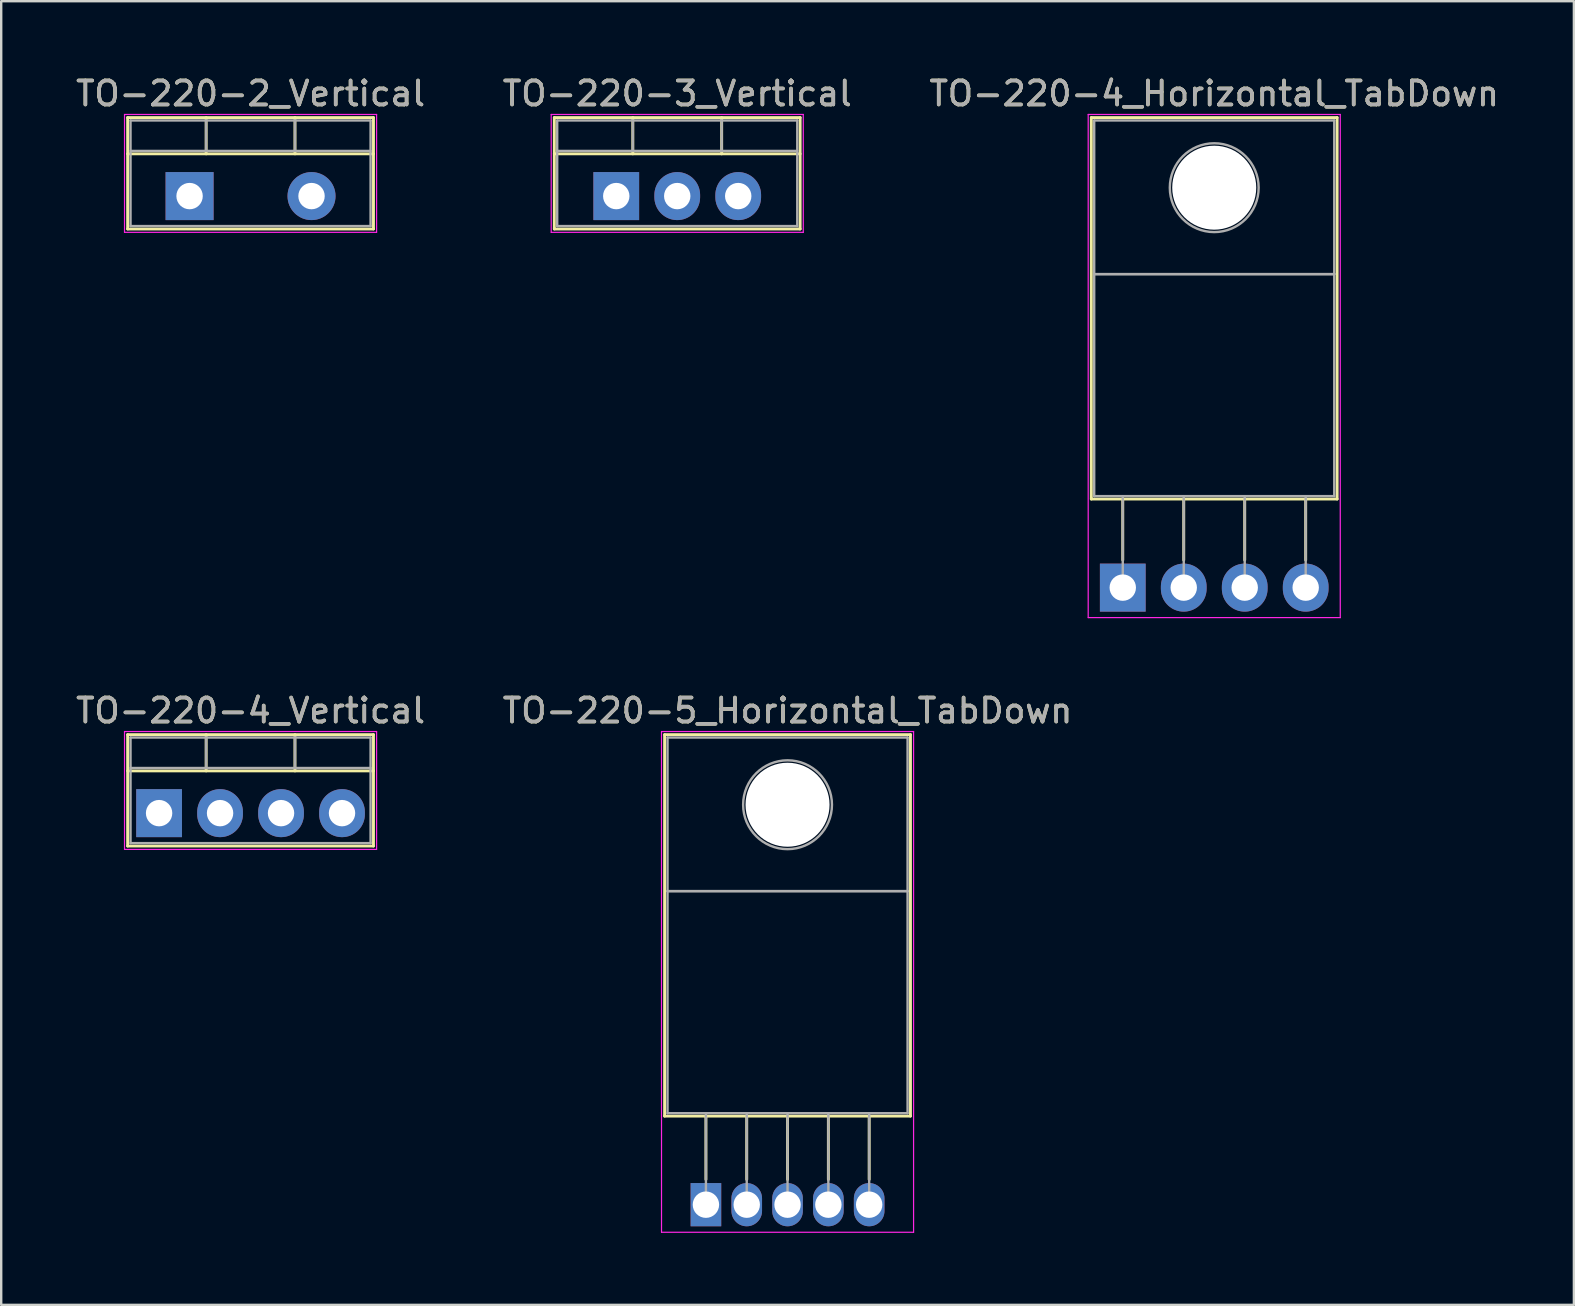
<source format=kicad_pcb>
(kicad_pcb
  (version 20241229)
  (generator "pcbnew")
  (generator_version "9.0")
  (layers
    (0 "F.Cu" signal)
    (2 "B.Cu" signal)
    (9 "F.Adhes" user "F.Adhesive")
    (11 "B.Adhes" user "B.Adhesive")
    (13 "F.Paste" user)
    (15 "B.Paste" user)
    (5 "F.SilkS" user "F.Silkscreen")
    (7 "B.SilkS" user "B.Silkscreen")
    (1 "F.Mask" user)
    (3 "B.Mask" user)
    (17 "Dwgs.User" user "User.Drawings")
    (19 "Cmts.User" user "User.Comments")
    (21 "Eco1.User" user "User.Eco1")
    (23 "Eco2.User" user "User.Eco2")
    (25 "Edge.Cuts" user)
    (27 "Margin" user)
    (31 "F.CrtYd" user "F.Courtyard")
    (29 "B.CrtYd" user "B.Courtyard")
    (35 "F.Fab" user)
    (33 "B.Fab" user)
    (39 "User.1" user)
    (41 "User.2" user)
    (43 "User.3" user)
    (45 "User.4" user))
  (footprint "TO-220-3_Vertical"
    (layer "F.Cu")
    (at 22.621 5.118)
    (property "Reference" "TO-220-3_Vertical" (at 2.54 -4.27 0) (layer "F.SilkS") (effects (font (size 1 1) (thickness 0.15))))
    (attr through_hole)
    (fp_line (start -2.58 -3.27) (end -2.58 1.371) (stroke (width 0.12) (type solid)) (layer "F.SilkS"))
    (fp_line (start -2.58 -3.27) (end 7.66 -3.27) (stroke (width 0.12) (type solid)) (layer "F.SilkS"))
    (fp_line (start -2.58 -1.76) (end 7.66 -1.76) (stroke (width 0.12) (type solid)) (layer "F.SilkS"))
    (fp_line (start -2.58 1.371) (end 7.66 1.371) (stroke (width 0.12) (type solid)) (layer "F.SilkS"))
    (fp_line (start 0.69 -3.27) (end 0.69 -1.76) (stroke (width 0.12) (type solid)) (layer "F.SilkS"))
    (fp_line (start 4.391 -3.27) (end 4.391 -1.76) (stroke (width 0.12) (type solid)) (layer "F.SilkS"))
    (fp_line (start 7.66 -3.27) (end 7.66 1.371) (stroke (width 0.12) (type solid)) (layer "F.SilkS"))
    (fp_line (start -2.71 -3.4) (end -2.71 1.51) (stroke (width 0.05) (type solid)) (layer "F.CrtYd"))
    (fp_line (start -2.71 1.51) (end 7.79 1.51) (stroke (width 0.05) (type solid)) (layer "F.CrtYd"))
    (fp_line (start 7.79 -3.4) (end -2.71 -3.4) (stroke (width 0.05) (type solid)) (layer "F.CrtYd"))
    (fp_line (start 7.79 1.51) (end 7.79 -3.4) (stroke (width 0.05) (type solid)) (layer "F.CrtYd"))
    (fp_line (start -2.46 -3.15) (end -2.46 1.25) (stroke (width 0.1) (type solid)) (layer "F.Fab"))
    (fp_line (start -2.46 -1.88) (end 7.54 -1.88) (stroke (width 0.1) (type solid)) (layer "F.Fab"))
    (fp_line (start -2.46 1.25) (end 7.54 1.25) (stroke (width 0.1) (type solid)) (layer "F.Fab"))
    (fp_line (start 0.69 -3.15) (end 0.69 -1.88) (stroke (width 0.1) (type solid)) (layer "F.Fab"))
    (fp_line (start 4.39 -3.15) (end 4.39 -1.88) (stroke (width 0.1) (type solid)) (layer "F.Fab"))
    (fp_line (start 7.54 -3.15) (end -2.46 -3.15) (stroke (width 0.1) (type solid)) (layer "F.Fab"))
    (fp_line (start 7.54 1.25) (end 7.54 -3.15) (stroke (width 0.1) (type solid)) (layer "F.Fab"))
    (fp_text user "${REFERENCE}" (at 2.54 -4.27 0) (layer "F.Fab") (effects (font (size 1 1) (thickness 0.15))))
    (pad "1" thru_hole rect (at 0 0) (size 1.905 2) (drill 1.1) (layers "*.Cu" "*.Mask"))
    (pad "2" thru_hole oval (at 2.54 0) (size 1.905 2) (drill 1.1) (layers "*.Cu" "*.Mask"))
    (pad "3" thru_hole oval (at 5.08 0) (size 1.905 2) (drill 1.1) (layers "*.Cu" "*.Mask")))
  (footprint "TO-220-5_Horizontal_TabDown"
    (layer "F.Cu")
    (at 26.356 47.132)
    (property "Reference" "TO-220-5_Horizontal_TabDown" (at 3.4 -20.58 0) (layer "F.SilkS") (effects (font (size 1 1) (thickness 0.15))))
    (attr through_hole)
    (fp_line (start -1.721 -19.58) (end -1.721 -3.69) (stroke (width 0.12) (type solid)) (layer "F.SilkS"))
    (fp_line (start -1.721 -19.58) (end 8.52 -19.58) (stroke (width 0.12) (type solid)) (layer "F.SilkS"))
    (fp_line (start -1.721 -3.69) (end 8.52 -3.69) (stroke (width 0.12) (type solid)) (layer "F.SilkS"))
    (fp_line (start 0 -3.69) (end 0 -1.05) (stroke (width 0.12) (type solid)) (layer "F.SilkS"))
    (fp_line (start 1.7 -3.69) (end 1.7 -1.05) (stroke (width 0.12) (type solid)) (layer "F.SilkS"))
    (fp_line (start 3.4 -3.69) (end 3.4 -1.05) (stroke (width 0.12) (type solid)) (layer "F.SilkS"))
    (fp_line (start 5.1 -3.69) (end 5.1 -1.05) (stroke (width 0.12) (type solid)) (layer "F.SilkS"))
    (fp_line (start 6.8 -3.69) (end 6.8 -1.05) (stroke (width 0.12) (type solid)) (layer "F.SilkS"))
    (fp_line (start 8.52 -19.58) (end 8.52 -3.69) (stroke (width 0.12) (type solid)) (layer "F.SilkS"))
    (fp_line (start -1.85 -19.71) (end -1.85 1.15) (stroke (width 0.05) (type solid)) (layer "F.CrtYd"))
    (fp_line (start -1.85 1.15) (end 8.65 1.15) (stroke (width 0.05) (type solid)) (layer "F.CrtYd"))
    (fp_line (start 8.65 -19.71) (end -1.85 -19.71) (stroke (width 0.05) (type solid)) (layer "F.CrtYd"))
    (fp_line (start 8.65 1.15) (end 8.65 -19.71) (stroke (width 0.05) (type solid)) (layer "F.CrtYd"))
    (fp_line (start -1.6 -19.46) (end 8.4 -19.46) (stroke (width 0.1) (type solid)) (layer "F.Fab"))
    (fp_line (start -1.6 -13.06) (end -1.6 -19.46) (stroke (width 0.1) (type solid)) (layer "F.Fab"))
    (fp_line (start -1.6 -13.06) (end 8.4 -13.06) (stroke (width 0.1) (type solid)) (layer "F.Fab"))
    (fp_line (start -1.6 -3.81) (end -1.6 -13.06) (stroke (width 0.1) (type solid)) (layer "F.Fab"))
    (fp_line (start 0 -3.81) (end 0 0) (stroke (width 0.1) (type solid)) (layer "F.Fab"))
    (fp_line (start 1.7 -3.81) (end 1.7 0) (stroke (width 0.1) (type solid)) (layer "F.Fab"))
    (fp_line (start 3.4 -3.81) (end 3.4 0) (stroke (width 0.1) (type solid)) (layer "F.Fab"))
    (fp_line (start 5.1 -3.81) (end 5.1 0) (stroke (width 0.1) (type solid)) (layer "F.Fab"))
    (fp_line (start 6.8 -3.81) (end 6.8 0) (stroke (width 0.1) (type solid)) (layer "F.Fab"))
    (fp_line (start 8.4 -19.46) (end 8.4 -13.06) (stroke (width 0.1) (type solid)) (layer "F.Fab"))
    (fp_line (start 8.4 -13.06) (end -1.6 -13.06) (stroke (width 0.1) (type solid)) (layer "F.Fab"))
    (fp_line (start 8.4 -13.06) (end 8.4 -3.81) (stroke (width 0.1) (type solid)) (layer "F.Fab"))
    (fp_line (start 8.4 -3.81) (end -1.6 -3.81) (stroke (width 0.1) (type solid)) (layer "F.Fab"))
    (fp_circle (center 3.4 -16.66) (end 5.25 -16.66) (stroke (width 0.1) (type solid)) (fill no) (layer "F.Fab"))
    (fp_text user "${REFERENCE}" (at 3.4 -20.58 0) (layer "F.Fab") (effects (font (size 1 1) (thickness 0.15))))
    (pad "" np_thru_hole oval (at 3.4 -16.66) (size 3.5 3.5) (drill 3.5) (layers "*.Cu" "*.Mask"))
    (pad "1" thru_hole rect (at 0 0) (size 1.275 1.8) (drill 1.1) (layers "*.Cu" "*.Mask"))
    (pad "2" thru_hole oval (at 1.7 0) (size 1.275 1.8) (drill 1.1) (layers "*.Cu" "*.Mask"))
    (pad "3" thru_hole oval (at 3.4 0) (size 1.275 1.8) (drill 1.1) (layers "*.Cu" "*.Mask"))
    (pad "4" thru_hole oval (at 5.1 0) (size 1.275 1.8) (drill 1.1) (layers "*.Cu" "*.Mask"))
    (pad "5" thru_hole oval (at 6.8 0) (size 1.275 1.8) (drill 1.1) (layers "*.Cu" "*.Mask")))
  (footprint "TO-220-2_Vertical"
    (layer "F.Cu")
    (at 4.847 5.118)
    (property "Reference" "TO-220-2_Vertical" (at 2.54 -4.27 0) (layer "F.SilkS") (effects (font (size 1 1) (thickness 0.15))))
    (attr through_hole)
    (fp_line (start -2.58 -3.27) (end -2.58 1.371) (stroke (width 0.12) (type solid)) (layer "F.SilkS"))
    (fp_line (start -2.58 -3.27) (end 7.66 -3.27) (stroke (width 0.12) (type solid)) (layer "F.SilkS"))
    (fp_line (start -2.58 -1.76) (end 7.66 -1.76) (stroke (width 0.12) (type solid)) (layer "F.SilkS"))
    (fp_line (start -2.58 1.371) (end 7.66 1.371) (stroke (width 0.12) (type solid)) (layer "F.SilkS"))
    (fp_line (start 0.69 -3.27) (end 0.69 -1.76) (stroke (width 0.12) (type solid)) (layer "F.SilkS"))
    (fp_line (start 4.391 -3.27) (end 4.391 -1.76) (stroke (width 0.12) (type solid)) (layer "F.SilkS"))
    (fp_line (start 7.66 -3.27) (end 7.66 1.371) (stroke (width 0.12) (type solid)) (layer "F.SilkS"))
    (fp_line (start -2.71 -3.4) (end -2.71 1.51) (stroke (width 0.05) (type solid)) (layer "F.CrtYd"))
    (fp_line (start -2.71 1.51) (end 7.79 1.51) (stroke (width 0.05) (type solid)) (layer "F.CrtYd"))
    (fp_line (start 7.79 -3.4) (end -2.71 -3.4) (stroke (width 0.05) (type solid)) (layer "F.CrtYd"))
    (fp_line (start 7.79 1.51) (end 7.79 -3.4) (stroke (width 0.05) (type solid)) (layer "F.CrtYd"))
    (fp_line (start -2.46 -3.15) (end -2.46 1.25) (stroke (width 0.1) (type solid)) (layer "F.Fab"))
    (fp_line (start -2.46 -1.88) (end 7.54 -1.88) (stroke (width 0.1) (type solid)) (layer "F.Fab"))
    (fp_line (start -2.46 1.25) (end 7.54 1.25) (stroke (width 0.1) (type solid)) (layer "F.Fab"))
    (fp_line (start 0.69 -3.15) (end 0.69 -1.88) (stroke (width 0.1) (type solid)) (layer "F.Fab"))
    (fp_line (start 4.39 -3.15) (end 4.39 -1.88) (stroke (width 0.1) (type solid)) (layer "F.Fab"))
    (fp_line (start 7.54 -3.15) (end -2.46 -3.15) (stroke (width 0.1) (type solid)) (layer "F.Fab"))
    (fp_line (start 7.54 1.25) (end 7.54 -3.15) (stroke (width 0.1) (type solid)) (layer "F.Fab"))
    (fp_text user "${REFERENCE}" (at 2.54 -4.27 0) (layer "F.Fab") (effects (font (size 1 1) (thickness 0.15))))
    (pad "1" thru_hole rect (at 0 0) (size 2 2) (drill 1.1) (layers "*.Cu" "*.Mask"))
    (pad "2" thru_hole oval (at 5.08 0) (size 2 2) (drill 1.1) (layers "*.Cu" "*.Mask")))
  (footprint "TO-220-4_Horizontal_TabDown"
    (layer "F.Cu")
    (at 43.72 21.428)
    (property "Reference" "TO-220-4_Horizontal_TabDown" (at 3.81 -20.58 0) (layer "F.SilkS") (effects (font (size 1 1) (thickness 0.15))))
    (attr through_hole)
    (fp_line (start -1.31 -19.58) (end -1.31 -3.69) (stroke (width 0.12) (type solid)) (layer "F.SilkS"))
    (fp_line (start -1.31 -19.58) (end 8.93 -19.58) (stroke (width 0.12) (type solid)) (layer "F.SilkS"))
    (fp_line (start -1.31 -3.69) (end 8.93 -3.69) (stroke (width 0.12) (type solid)) (layer "F.SilkS"))
    (fp_line (start 0 -3.69) (end 0 -1.15) (stroke (width 0.12) (type solid)) (layer "F.SilkS"))
    (fp_line (start 2.54 -3.69) (end 2.54 -1.15) (stroke (width 0.12) (type solid)) (layer "F.SilkS"))
    (fp_line (start 5.08 -3.69) (end 5.08 -1.15) (stroke (width 0.12) (type solid)) (layer "F.SilkS"))
    (fp_line (start 7.62 -3.69) (end 7.62 -1.15) (stroke (width 0.12) (type solid)) (layer "F.SilkS"))
    (fp_line (start 8.93 -19.58) (end 8.93 -3.69) (stroke (width 0.12) (type solid)) (layer "F.SilkS"))
    (fp_line (start -1.44 -19.71) (end -1.44 1.25) (stroke (width 0.05) (type solid)) (layer "F.CrtYd"))
    (fp_line (start -1.44 1.25) (end 9.06 1.25) (stroke (width 0.05) (type solid)) (layer "F.CrtYd"))
    (fp_line (start 9.06 -19.71) (end -1.44 -19.71) (stroke (width 0.05) (type solid)) (layer "F.CrtYd"))
    (fp_line (start 9.06 1.25) (end 9.06 -19.71) (stroke (width 0.05) (type solid)) (layer "F.CrtYd"))
    (fp_line (start -1.19 -19.46) (end 8.81 -19.46) (stroke (width 0.1) (type solid)) (layer "F.Fab"))
    (fp_line (start -1.19 -13.06) (end -1.19 -19.46) (stroke (width 0.1) (type solid)) (layer "F.Fab"))
    (fp_line (start -1.19 -13.06) (end 8.81 -13.06) (stroke (width 0.1) (type solid)) (layer "F.Fab"))
    (fp_line (start -1.19 -3.81) (end -1.19 -13.06) (stroke (width 0.1) (type solid)) (layer "F.Fab"))
    (fp_line (start 0 -3.81) (end 0 0) (stroke (width 0.1) (type solid)) (layer "F.Fab"))
    (fp_line (start 2.54 -3.81) (end 2.54 0) (stroke (width 0.1) (type solid)) (layer "F.Fab"))
    (fp_line (start 5.08 -3.81) (end 5.08 0) (stroke (width 0.1) (type solid)) (layer "F.Fab"))
    (fp_line (start 7.62 -3.81) (end 7.62 0) (stroke (width 0.1) (type solid)) (layer "F.Fab"))
    (fp_line (start 8.81 -19.46) (end 8.81 -13.06) (stroke (width 0.1) (type solid)) (layer "F.Fab"))
    (fp_line (start 8.81 -13.06) (end -1.19 -13.06) (stroke (width 0.1) (type solid)) (layer "F.Fab"))
    (fp_line (start 8.81 -13.06) (end 8.81 -3.81) (stroke (width 0.1) (type solid)) (layer "F.Fab"))
    (fp_line (start 8.81 -3.81) (end -1.19 -3.81) (stroke (width 0.1) (type solid)) (layer "F.Fab"))
    (fp_circle (center 3.81 -16.66) (end 5.66 -16.66) (stroke (width 0.1) (type solid)) (fill no) (layer "F.Fab"))
    (fp_text user "${REFERENCE}" (at 3.81 -20.58 0) (layer "F.Fab") (effects (font (size 1 1) (thickness 0.15))))
    (pad "" np_thru_hole oval (at 3.81 -16.66) (size 3.5 3.5) (drill 3.5) (layers "*.Cu" "*.Mask"))
    (pad "1" thru_hole rect (at 0 0) (size 1.905 2) (drill 1.1) (layers "*.Cu" "*.Mask"))
    (pad "2" thru_hole oval (at 2.54 0) (size 1.905 2) (drill 1.1) (layers "*.Cu" "*.Mask"))
    (pad "3" thru_hole oval (at 5.08 0) (size 1.905 2) (drill 1.1) (layers "*.Cu" "*.Mask"))
    (pad "4" thru_hole oval (at 7.62 0) (size 1.905 2) (drill 1.1) (layers "*.Cu" "*.Mask")))
  (footprint "TO-220-4_Vertical"
    (layer "F.Cu")
    (at 3.577 30.822)
    (property "Reference" "TO-220-4_Vertical" (at 3.81 -4.27 0) (layer "F.SilkS") (effects (font (size 1 1) (thickness 0.15))))
    (attr through_hole)
    (fp_line (start -1.31 -3.27) (end -1.31 1.371) (stroke (width 0.12) (type solid)) (layer "F.SilkS"))
    (fp_line (start -1.31 -3.27) (end 8.93 -3.27) (stroke (width 0.12) (type solid)) (layer "F.SilkS"))
    (fp_line (start -1.31 -1.76) (end 8.93 -1.76) (stroke (width 0.12) (type solid)) (layer "F.SilkS"))
    (fp_line (start -1.31 1.371) (end 8.93 1.371) (stroke (width 0.12) (type solid)) (layer "F.SilkS"))
    (fp_line (start 1.96 -3.27) (end 1.96 -1.76) (stroke (width 0.12) (type solid)) (layer "F.SilkS"))
    (fp_line (start 5.66 -3.27) (end 5.66 -1.76) (stroke (width 0.12) (type solid)) (layer "F.SilkS"))
    (fp_line (start 8.93 -3.27) (end 8.93 1.371) (stroke (width 0.12) (type solid)) (layer "F.SilkS"))
    (fp_line (start -1.44 -3.4) (end -1.44 1.51) (stroke (width 0.05) (type solid)) (layer "F.CrtYd"))
    (fp_line (start -1.44 1.51) (end 9.06 1.51) (stroke (width 0.05) (type solid)) (layer "F.CrtYd"))
    (fp_line (start 9.06 -3.4) (end -1.44 -3.4) (stroke (width 0.05) (type solid)) (layer "F.CrtYd"))
    (fp_line (start 9.06 1.51) (end 9.06 -3.4) (stroke (width 0.05) (type solid)) (layer "F.CrtYd"))
    (fp_line (start -1.19 -3.15) (end -1.19 1.25) (stroke (width 0.1) (type solid)) (layer "F.Fab"))
    (fp_line (start -1.19 -1.88) (end 8.81 -1.88) (stroke (width 0.1) (type solid)) (layer "F.Fab"))
    (fp_line (start -1.19 1.25) (end 8.81 1.25) (stroke (width 0.1) (type solid)) (layer "F.Fab"))
    (fp_line (start 1.96 -3.15) (end 1.96 -1.88) (stroke (width 0.1) (type solid)) (layer "F.Fab"))
    (fp_line (start 5.66 -3.15) (end 5.66 -1.88) (stroke (width 0.1) (type solid)) (layer "F.Fab"))
    (fp_line (start 8.81 -3.15) (end -1.19 -3.15) (stroke (width 0.1) (type solid)) (layer "F.Fab"))
    (fp_line (start 8.81 1.25) (end 8.81 -3.15) (stroke (width 0.1) (type solid)) (layer "F.Fab"))
    (fp_text user "${REFERENCE}" (at 3.81 -4.27 0) (layer "F.Fab") (effects (font (size 1 1) (thickness 0.15))))
    (pad "1" thru_hole rect (at 0 0) (size 1.905 2) (drill 1.1) (layers "*.Cu" "*.Mask"))
    (pad "2" thru_hole oval (at 2.54 0) (size 1.905 2) (drill 1.1) (layers "*.Cu" "*.Mask"))
    (pad "3" thru_hole oval (at 5.08 0) (size 1.905 2) (drill 1.1) (layers "*.Cu" "*.Mask"))
    (pad "4" thru_hole oval (at 7.62 0) (size 1.905 2) (drill 1.1) (layers "*.Cu" "*.Mask")))
  (gr_rect
    (start -3 -3)
    (end 62.512 51.306)
    (stroke (width 0.1) (type default))
    (fill no)
    (layer "Edge.Cuts")))
</source>
